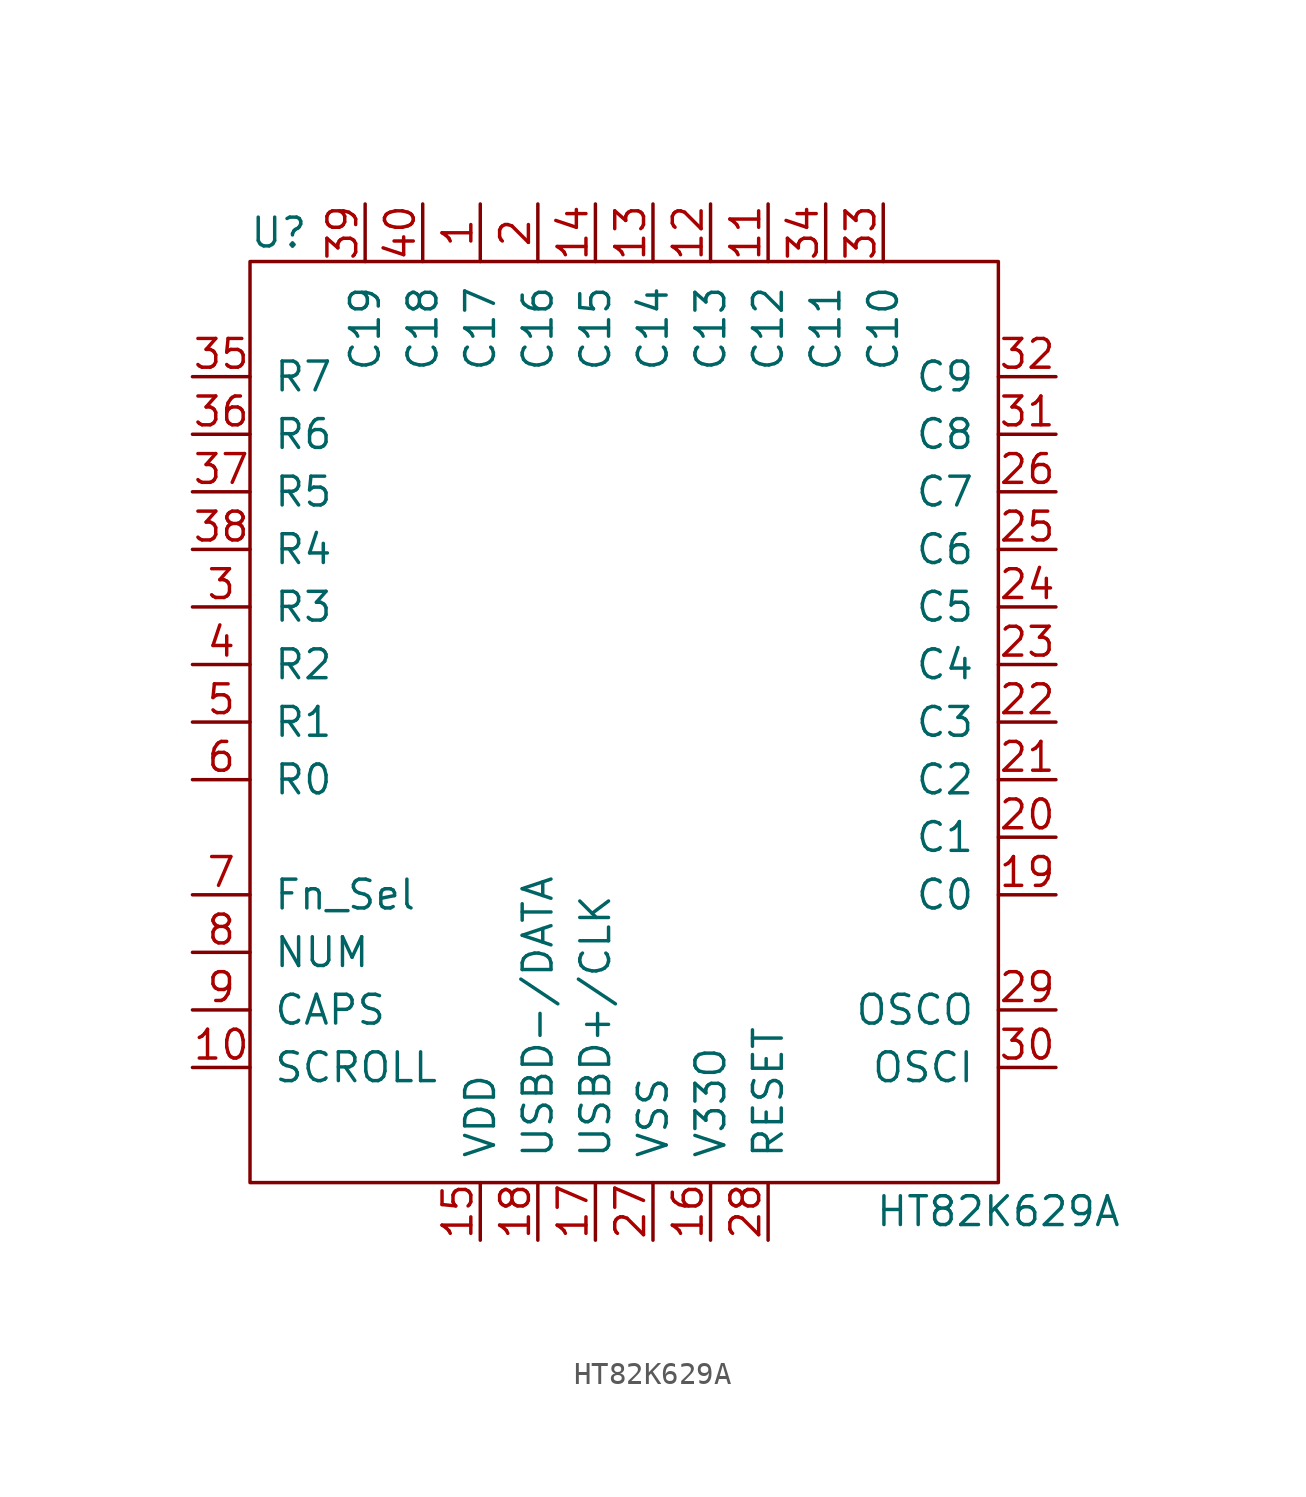
<source format=kicad_sym>
(kicad_symbol_lib
  (version 20231120)
  (generator "kicad_symbol_editor")
  (generator_version "8.0")
  (symbol "HT82K629A"
    (pin_names
      (offset 1.016))
    (property "Reference" "U"
      (at -15.24 21.59 0)
      (effects (font (size 1.27 1.27))))
    (property "Value" "HT82K629A"
      (at 16.51 -21.59 0)
      (effects (font (size 1.27 1.27))))
    (symbol "HT82K629A_0_1"
      (rectangle (start -16.51 20.32) (end 16.51 -20.32) (stroke (width 0) (type solid)) (fill (type none))))
    (symbol "HT82K629A_1_1"
      (pin output line (at -6.35 22.86 270) (length 2.54) (name "C17" (effects (font (size 1.27 1.27)))) (number "1" (effects (font (size 1.27 1.27)))))
      (pin output line (at -19.05 -15.24 0) (length 2.54) (name "SCROLL" (effects (font (size 1.27 1.27)))) (number "10" (effects (font (size 1.27 1.27)))))
      (pin output line (at 6.35 22.86 270) (length 2.54) (name "C12" (effects (font (size 1.27 1.27)))) (number "11" (effects (font (size 1.27 1.27)))))
      (pin output line (at 3.81 22.86 270) (length 2.54) (name "C13" (effects (font (size 1.27 1.27)))) (number "12" (effects (font (size 1.27 1.27)))))
      (pin output line (at 1.27 22.86 270) (length 2.54) (name "C14" (effects (font (size 1.27 1.27)))) (number "13" (effects (font (size 1.27 1.27)))))
      (pin output line (at -1.27 22.86 270) (length 2.54) (name "C15" (effects (font (size 1.27 1.27)))) (number "14" (effects (font (size 1.27 1.27)))))
      (pin power_in line (at -6.35 -22.86 90) (length 2.54) (name "VDD" (effects (font (size 1.27 1.27)))) (number "15" (effects (font (size 1.27 1.27)))))
      (pin power_out line (at 3.81 -22.86 90) (length 2.54) (name "V33O" (effects (font (size 1.27 1.27)))) (number "16" (effects (font (size 1.27 1.27)))))
      (pin bidirectional line (at -1.27 -22.86 90) (length 2.54) (name "USBD+/CLK" (effects (font (size 1.27 1.27)))) (number "17" (effects (font (size 1.27 1.27)))))
      (pin bidirectional line (at -3.81 -22.86 90) (length 2.54) (name "USBD-/DATA" (effects (font (size 1.27 1.27)))) (number "18" (effects (font (size 1.27 1.27)))))
      (pin output line (at 19.05 -7.62 180) (length 2.54) (name "C0" (effects (font (size 1.27 1.27)))) (number "19" (effects (font (size 1.27 1.27)))))
      (pin output line (at -3.81 22.86 270) (length 2.54) (name "C16" (effects (font (size 1.27 1.27)))) (number "2" (effects (font (size 1.27 1.27)))))
      (pin output line (at 19.05 -5.08 180) (length 2.54) (name "C1" (effects (font (size 1.27 1.27)))) (number "20" (effects (font (size 1.27 1.27)))))
      (pin output line (at 19.05 -2.54 180) (length 2.54) (name "C2" (effects (font (size 1.27 1.27)))) (number "21" (effects (font (size 1.27 1.27)))))
      (pin output line (at 19.05 0 180) (length 2.54) (name "C3" (effects (font (size 1.27 1.27)))) (number "22" (effects (font (size 1.27 1.27)))))
      (pin output line (at 19.05 2.54 180) (length 2.54) (name "C4" (effects (font (size 1.27 1.27)))) (number "23" (effects (font (size 1.27 1.27)))))
      (pin output line (at 19.05 5.08 180) (length 2.54) (name "C5" (effects (font (size 1.27 1.27)))) (number "24" (effects (font (size 1.27 1.27)))))
      (pin output line (at 19.05 7.62 180) (length 2.54) (name "C6" (effects (font (size 1.27 1.27)))) (number "25" (effects (font (size 1.27 1.27)))))
      (pin output line (at 19.05 10.16 180) (length 2.54) (name "C7" (effects (font (size 1.27 1.27)))) (number "26" (effects (font (size 1.27 1.27)))))
      (pin power_out line (at 1.27 -22.86 90) (length 2.54) (name "VSS" (effects (font (size 1.27 1.27)))) (number "27" (effects (font (size 1.27 1.27)))))
      (pin input line (at 6.35 -22.86 90) (length 2.54) (name "RESET" (effects (font (size 1.27 1.27)))) (number "28" (effects (font (size 1.27 1.27)))))
      (pin output line (at 19.05 -12.7 180) (length 2.54) (name "OSCO" (effects (font (size 1.27 1.27)))) (number "29" (effects (font (size 1.27 1.27)))))
      (pin input line (at -19.05 5.08 0) (length 2.54) (name "R3" (effects (font (size 1.27 1.27)))) (number "3" (effects (font (size 1.27 1.27)))))
      (pin input line (at 19.05 -15.24 180) (length 2.54) (name "OSCI" (effects (font (size 1.27 1.27)))) (number "30" (effects (font (size 1.27 1.27)))))
      (pin output line (at 19.05 12.7 180) (length 2.54) (name "C8" (effects (font (size 1.27 1.27)))) (number "31" (effects (font (size 1.27 1.27)))))
      (pin output line (at 19.05 15.24 180) (length 2.54) (name "C9" (effects (font (size 1.27 1.27)))) (number "32" (effects (font (size 1.27 1.27)))))
      (pin output line (at 11.43 22.86 270) (length 2.54) (name "C10" (effects (font (size 1.27 1.27)))) (number "33" (effects (font (size 1.27 1.27)))))
      (pin output line (at 8.89 22.86 270) (length 2.54) (name "C11" (effects (font (size 1.27 1.27)))) (number "34" (effects (font (size 1.27 1.27)))))
      (pin input line (at -19.05 15.24 0) (length 2.54) (name "R7" (effects (font (size 1.27 1.27)))) (number "35" (effects (font (size 1.27 1.27)))))
      (pin input line (at -19.05 12.7 0) (length 2.54) (name "R6" (effects (font (size 1.27 1.27)))) (number "36" (effects (font (size 1.27 1.27)))))
      (pin input line (at -19.05 10.16 0) (length 2.54) (name "R5" (effects (font (size 1.27 1.27)))) (number "37" (effects (font (size 1.27 1.27)))))
      (pin input line (at -19.05 7.62 0) (length 2.54) (name "R4" (effects (font (size 1.27 1.27)))) (number "38" (effects (font (size 1.27 1.27)))))
      (pin output line (at -11.43 22.86 270) (length 2.54) (name "C19" (effects (font (size 1.27 1.27)))) (number "39" (effects (font (size 1.27 1.27)))))
      (pin input line (at -19.05 2.54 0) (length 2.54) (name "R2" (effects (font (size 1.27 1.27)))) (number "4" (effects (font (size 1.27 1.27)))))
      (pin output line (at -8.89 22.86 270) (length 2.54) (name "C18" (effects (font (size 1.27 1.27)))) (number "40" (effects (font (size 1.27 1.27)))))
      (pin input line (at -19.05 0 0) (length 2.54) (name "R1" (effects (font (size 1.27 1.27)))) (number "5" (effects (font (size 1.27 1.27)))))
      (pin input line (at -19.05 -2.54 0) (length 2.54) (name "R0" (effects (font (size 1.27 1.27)))) (number "6" (effects (font (size 1.27 1.27)))))
      (pin input line (at -19.05 -7.62 0) (length 2.54) (name "Fn_Sel" (effects (font (size 1.27 1.27)))) (number "7" (effects (font (size 1.27 1.27)))))
      (pin output line (at -19.05 -10.16 0) (length 2.54) (name "NUM" (effects (font (size 1.27 1.27)))) (number "8" (effects (font (size 1.27 1.27)))))
      (pin output line (at -19.05 -12.7 0) (length 2.54) (name "CAPS" (effects (font (size 1.27 1.27)))) (number "9" (effects (font (size 1.27 1.27))))))))
</source>
